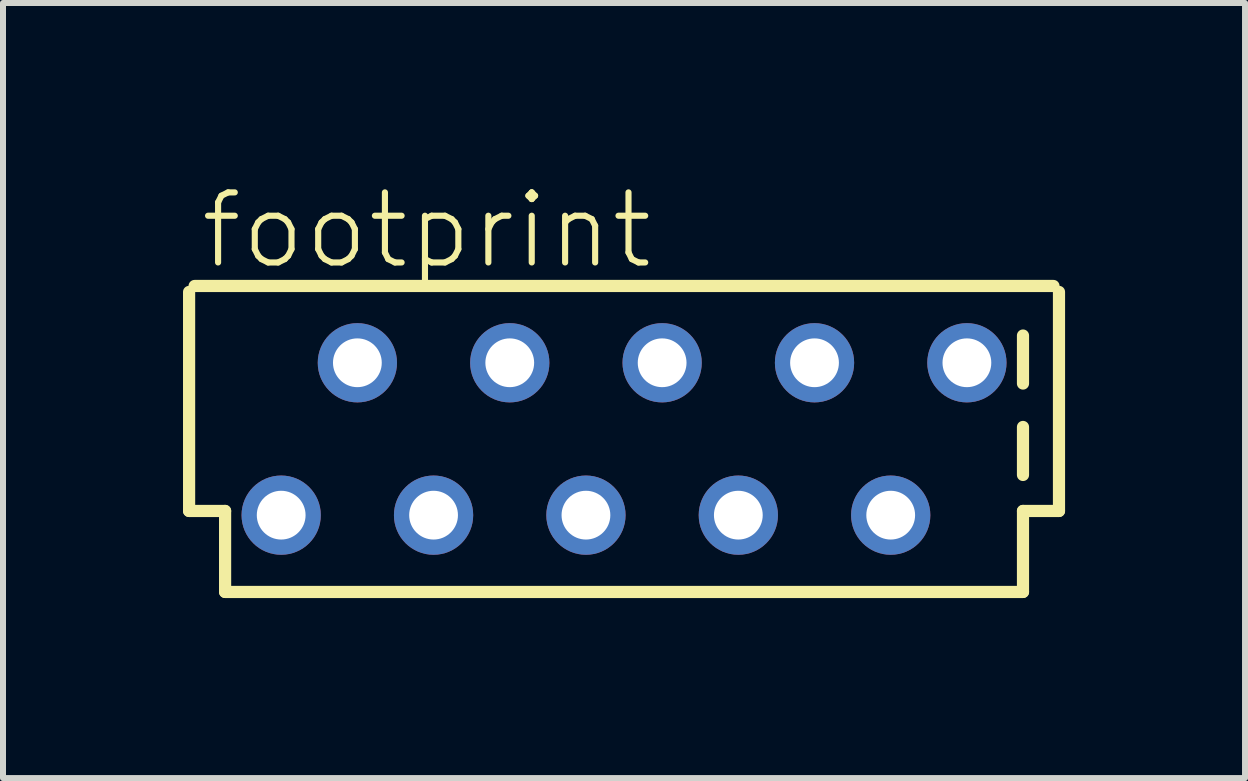
<source format=kicad_pcb>
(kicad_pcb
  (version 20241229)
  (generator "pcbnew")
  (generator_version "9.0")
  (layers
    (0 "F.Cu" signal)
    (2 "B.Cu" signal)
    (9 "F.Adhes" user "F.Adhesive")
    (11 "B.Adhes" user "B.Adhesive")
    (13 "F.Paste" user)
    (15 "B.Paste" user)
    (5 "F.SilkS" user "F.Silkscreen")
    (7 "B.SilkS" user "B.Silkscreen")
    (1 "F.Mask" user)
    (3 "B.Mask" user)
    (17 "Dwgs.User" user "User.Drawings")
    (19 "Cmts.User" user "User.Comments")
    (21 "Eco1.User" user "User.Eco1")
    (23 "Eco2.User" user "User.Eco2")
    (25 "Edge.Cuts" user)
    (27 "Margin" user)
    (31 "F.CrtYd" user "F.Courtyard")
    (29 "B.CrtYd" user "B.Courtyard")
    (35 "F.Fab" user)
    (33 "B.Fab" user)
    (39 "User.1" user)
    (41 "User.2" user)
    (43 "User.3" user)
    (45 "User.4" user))
  (footprint "footprint"
    (layer "F.Cu")
    (at 7.352 4.267)
    (property "Reference" "footprint" (at -7.112 -2.794 0) (layer "F.SilkS") (effects (font (size 1.168 1.168) (thickness 0.102)) (justify left bottom)))
    (fp_line (start -7.25 -2.451) (end -7.25 1.2) (stroke (width 0.203) (type solid)) (layer "F.SilkS"))
    (fp_line (start -7.25 1.2) (end -6.65 1.2) (stroke (width 0.203) (type solid)) (layer "F.SilkS"))
    (fp_line (start -6.65 1.2) (end -6.65 2.55) (stroke (width 0.203) (type solid)) (layer "F.SilkS"))
    (fp_line (start -6.65 2.55) (end 6.65 2.55) (stroke (width 0.203) (type solid)) (layer "F.SilkS"))
    (fp_line (start 6.65 -1.724) (end 6.65 -0.924) (stroke (width 0.203) (type solid)) (layer "F.SilkS"))
    (fp_line (start 6.65 -0.2) (end 6.65 0.6) (stroke (width 0.203) (type solid)) (layer "F.SilkS"))
    (fp_line (start 6.65 1.2) (end 7.25 1.2) (stroke (width 0.203) (type solid)) (layer "F.SilkS"))
    (fp_line (start 6.65 2.55) (end 6.65 1.2) (stroke (width 0.203) (type solid)) (layer "F.SilkS"))
    (fp_line (start 7.158 -2.55) (end -7.158 -2.55) (stroke (width 0.203) (type solid)) (layer "F.SilkS"))
    (fp_line (start 7.25 1.2) (end 7.25 -2.451) (stroke (width 0.203) (type solid)) (layer "F.SilkS"))
    (pad "1" thru_hole circle (at -5.715 1.27) (size 1.321 1.321) (drill 0.813) (layers "*.Cu" "*.Mask"))
    (pad "2" thru_hole circle (at -4.445 -1.27) (size 1.321 1.321) (drill 0.813) (layers "*.Cu" "*.Mask"))
    (pad "3" thru_hole circle (at -3.175 1.27) (size 1.321 1.321) (drill 0.813) (layers "*.Cu" "*.Mask"))
    (pad "4" thru_hole circle (at -1.905 -1.27) (size 1.321 1.321) (drill 0.813) (layers "*.Cu" "*.Mask"))
    (pad "5" thru_hole circle (at -0.635 1.27) (size 1.321 1.321) (drill 0.813) (layers "*.Cu" "*.Mask"))
    (pad "6" thru_hole circle (at 0.635 -1.27) (size 1.321 1.321) (drill 0.813) (layers "*.Cu" "*.Mask"))
    (pad "7" thru_hole circle (at 1.905 1.27) (size 1.321 1.321) (drill 0.813) (layers "*.Cu" "*.Mask"))
    (pad "8" thru_hole circle (at 3.175 -1.27) (size 1.321 1.321) (drill 0.813) (layers "*.Cu" "*.Mask"))
    (pad "9" thru_hole circle (at 4.445 1.27) (size 1.321 1.321) (drill 0.813) (layers "*.Cu" "*.Mask"))
    (pad "10" thru_hole circle (at 5.715 -1.27) (size 1.321 1.321) (drill 0.813) (layers "*.Cu" "*.Mask")))
  (gr_rect
    (start -3 -3)
    (end 17.703 9.919)
    (stroke (width 0.1) (type default))
    (fill no)
    (layer "Edge.Cuts")))
</source>
